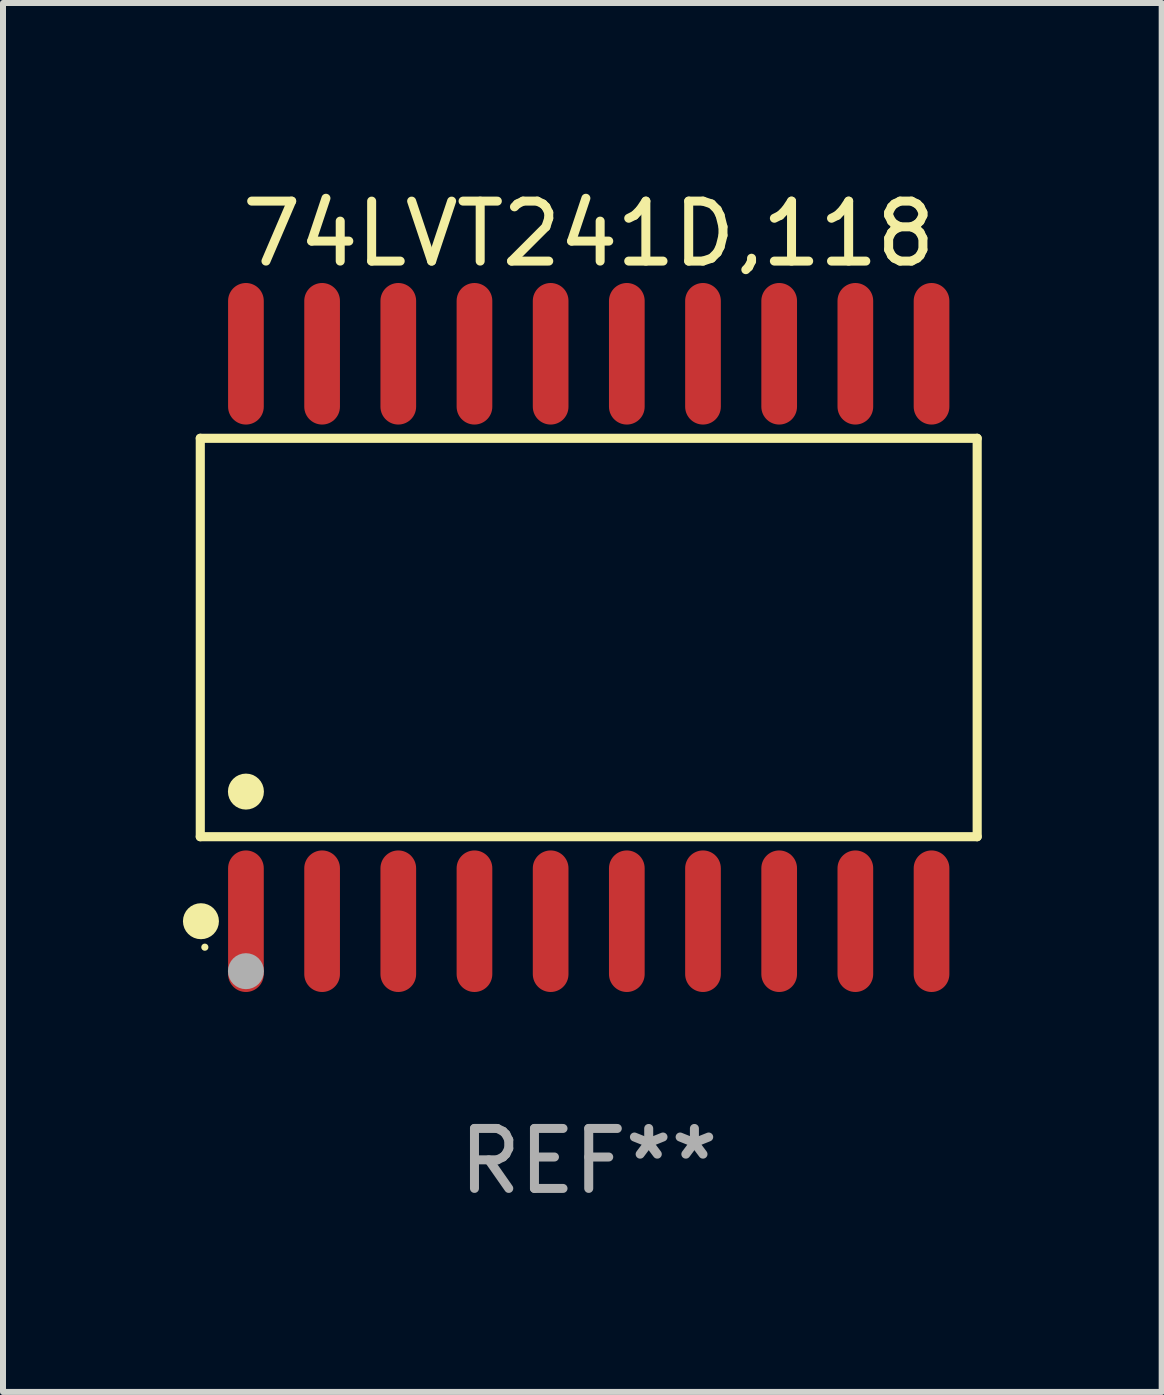
<source format=kicad_pcb>
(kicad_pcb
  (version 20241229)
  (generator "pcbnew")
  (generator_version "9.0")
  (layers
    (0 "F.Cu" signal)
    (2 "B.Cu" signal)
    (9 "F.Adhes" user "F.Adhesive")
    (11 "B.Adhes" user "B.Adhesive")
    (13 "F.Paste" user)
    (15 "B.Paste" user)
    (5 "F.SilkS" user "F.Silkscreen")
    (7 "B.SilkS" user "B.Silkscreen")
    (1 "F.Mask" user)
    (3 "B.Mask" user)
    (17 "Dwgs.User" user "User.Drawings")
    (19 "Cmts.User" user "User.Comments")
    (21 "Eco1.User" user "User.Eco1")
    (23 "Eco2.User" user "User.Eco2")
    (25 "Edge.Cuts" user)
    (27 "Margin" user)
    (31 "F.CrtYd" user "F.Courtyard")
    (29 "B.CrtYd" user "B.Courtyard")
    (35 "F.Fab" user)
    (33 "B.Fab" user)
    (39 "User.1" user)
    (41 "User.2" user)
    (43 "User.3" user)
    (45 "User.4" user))
  (footprint "74LVT241D,118"
    (layer "F.Cu")
    (at 6.765 7.578)
    (property "Reference" "74LVT241D,118" (at 0 -6.73 0) (layer "F.SilkS") (effects (font (size 1 1) (thickness 0.15))))
    (attr through_hole)
    (fp_line (start -6.476 -3.321) (end 6.476 -3.321) (stroke (width 0.152) (type solid)) (layer "F.SilkS"))
    (fp_line (start -6.476 3.321) (end -6.476 -3.321) (stroke (width 0.152) (type solid)) (layer "F.SilkS"))
    (fp_line (start 6.476 -3.321) (end 6.476 3.321) (stroke (width 0.152) (type solid)) (layer "F.SilkS"))
    (fp_line (start 6.476 3.321) (end -6.476 3.321) (stroke (width 0.152) (type solid)) (layer "F.SilkS"))
    (fp_circle (center -6.465 4.73) (end -6.315 4.73) (stroke (width 0.3) (type solid)) (fill no) (layer "F.SilkS"))
    (fp_circle (center -6.4 5.163) (end -6.37 5.163) (stroke (width 0.06) (type solid)) (fill no) (layer "F.SilkS"))
    (fp_circle (center -5.715 2.569) (end -5.565 2.569) (stroke (width 0.3) (type solid)) (fill no) (layer "F.SilkS"))
    (fp_circle (center -5.715 5.563) (end -5.565 5.563) (stroke (width 0.3) (type solid)) (fill no) (layer "F.Fab"))
    (fp_text user "REF**" (at 0 8.73 0) (layer "F.Fab") (effects (font (size 1 1) (thickness 0.15))))
    (pad "1" smd oval (at -5.715 4.73) (size 0.595 2.36) (layers "F.Cu" "F.Mask" "F.Paste"))
    (pad "2" smd oval (at -4.445 4.73) (size 0.595 2.36) (layers "F.Cu" "F.Mask" "F.Paste"))
    (pad "3" smd oval (at -3.175 4.73) (size 0.595 2.36) (layers "F.Cu" "F.Mask" "F.Paste"))
    (pad "4" smd oval (at -1.905 4.73) (size 0.595 2.36) (layers "F.Cu" "F.Mask" "F.Paste"))
    (pad "5" smd oval (at -0.635 4.73) (size 0.595 2.36) (layers "F.Cu" "F.Mask" "F.Paste"))
    (pad "6" smd oval (at 0.635 4.73) (size 0.595 2.36) (layers "F.Cu" "F.Mask" "F.Paste"))
    (pad "7" smd oval (at 1.905 4.73) (size 0.595 2.36) (layers "F.Cu" "F.Mask" "F.Paste"))
    (pad "8" smd oval (at 3.175 4.73) (size 0.595 2.36) (layers "F.Cu" "F.Mask" "F.Paste"))
    (pad "9" smd oval (at 4.445 4.73) (size 0.595 2.36) (layers "F.Cu" "F.Mask" "F.Paste"))
    (pad "10" smd oval (at 5.715 4.73) (size 0.595 2.36) (layers "F.Cu" "F.Mask" "F.Paste"))
    (pad "11" smd oval (at 5.715 -4.73) (size 0.595 2.36) (layers "F.Cu" "F.Mask" "F.Paste"))
    (pad "12" smd oval (at 4.445 -4.73) (size 0.595 2.36) (layers "F.Cu" "F.Mask" "F.Paste"))
    (pad "13" smd oval (at 3.175 -4.73) (size 0.595 2.36) (layers "F.Cu" "F.Mask" "F.Paste"))
    (pad "14" smd oval (at 1.905 -4.73) (size 0.595 2.36) (layers "F.Cu" "F.Mask" "F.Paste"))
    (pad "15" smd oval (at 0.635 -4.73) (size 0.595 2.36) (layers "F.Cu" "F.Mask" "F.Paste"))
    (pad "16" smd oval (at -0.635 -4.73) (size 0.595 2.36) (layers "F.Cu" "F.Mask" "F.Paste"))
    (pad "17" smd oval (at -1.905 -4.73) (size 0.595 2.36) (layers "F.Cu" "F.Mask" "F.Paste"))
    (pad "18" smd oval (at -3.175 -4.73) (size 0.595 2.36) (layers "F.Cu" "F.Mask" "F.Paste"))
    (pad "19" smd oval (at -4.445 -4.73) (size 0.595 2.36) (layers "F.Cu" "F.Mask" "F.Paste"))
    (pad "20" smd oval (at -5.715 -4.73) (size 0.595 2.36) (layers "F.Cu" "F.Mask" "F.Paste")))
  (gr_rect
    (start -3 -3)
    (end 16.317 20.156)
    (stroke (width 0.1) (type default))
    (fill no)
    (layer "Edge.Cuts")))
</source>
